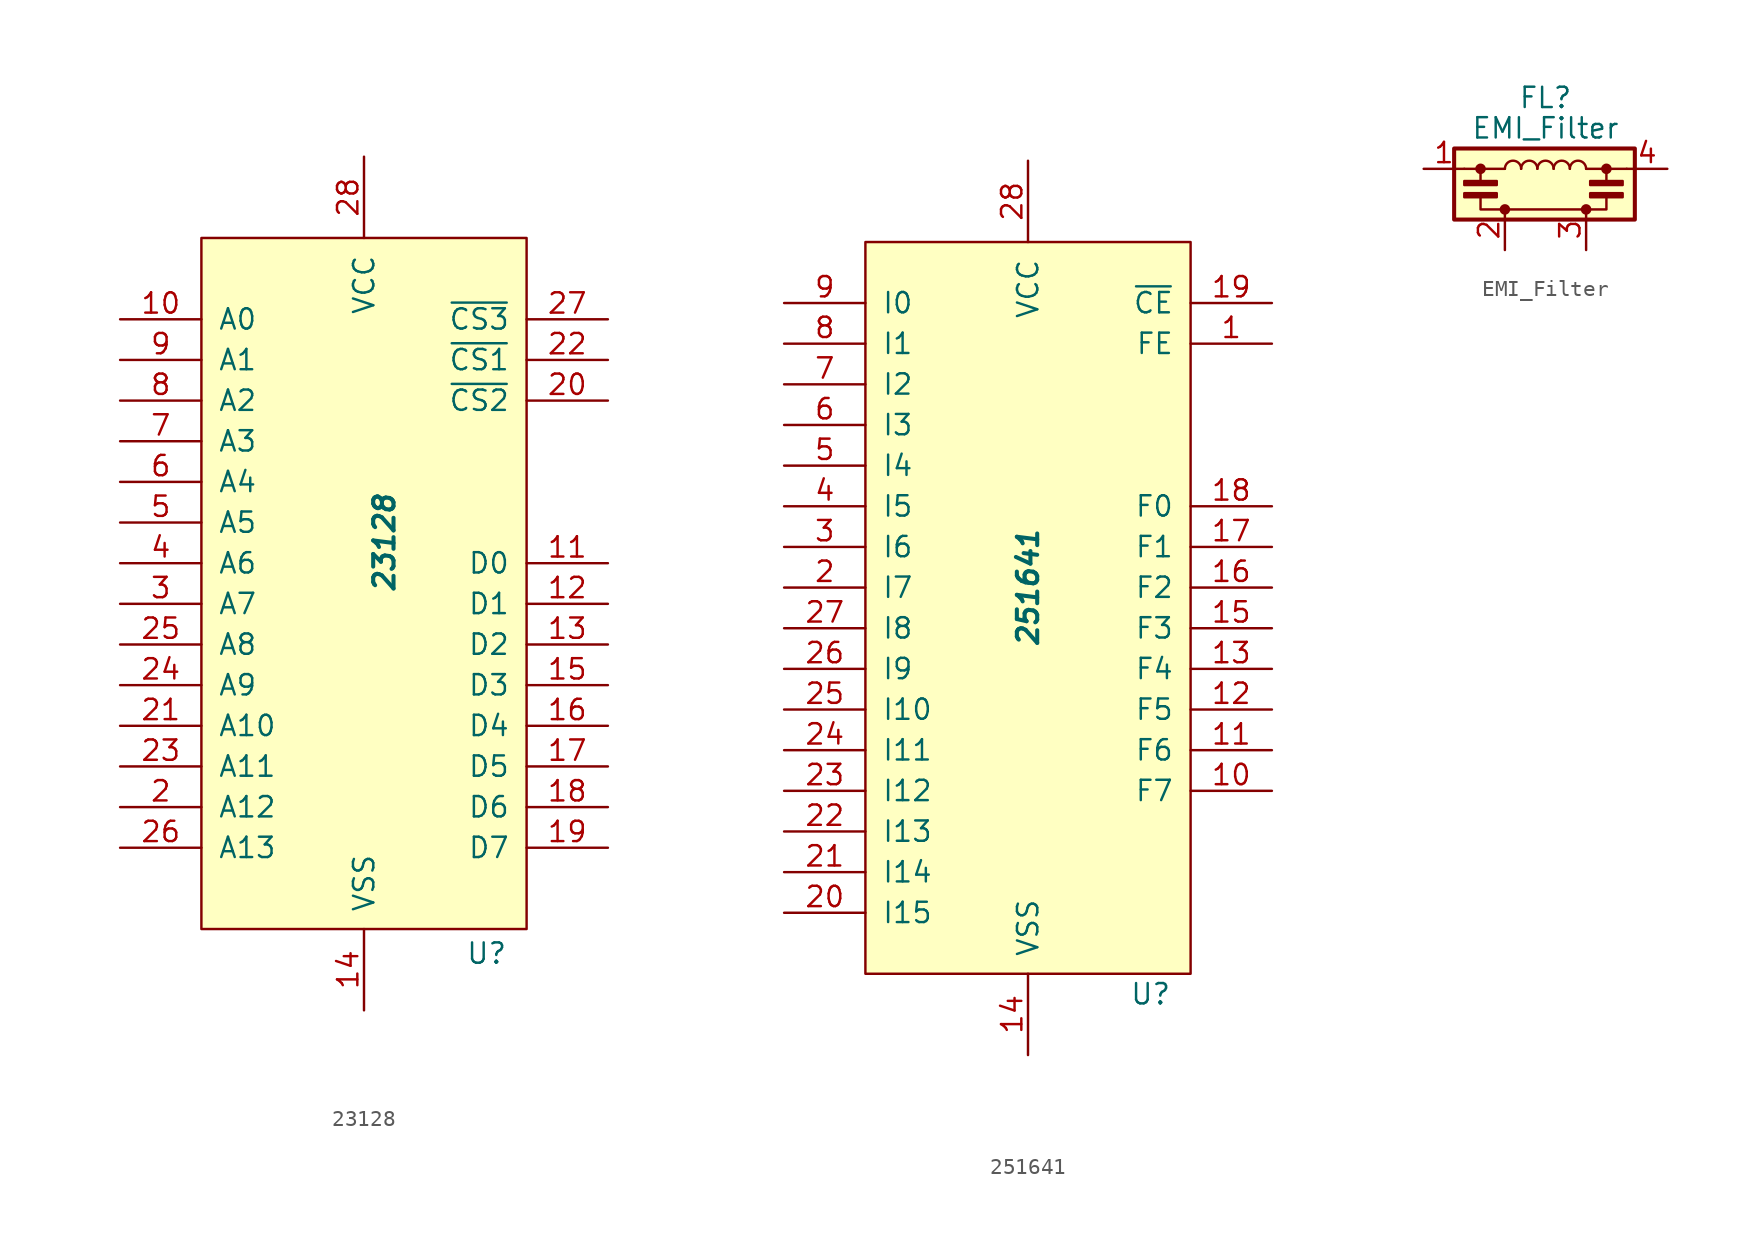
<source format=kicad_sym>
(kicad_symbol_lib
  (version 20231120)
  (generator "kicad_symbol_editor")
  (generator_version "8.0")
  (symbol "23128"
    (pin_names
      (offset 1.016))
    (property "Reference" "U"
      (at 5.08 -25.654 0)
      (effects (font (size 1.27 1.27)) (justify left)))
    (property "Value" "23128"
      (at 0 0 90)
      (effects (font (size 1.27 1.27) (bold yes) (italic yes))))
    (symbol "23128_0_1"
      (rectangle (start -11.43 19.05) (end 8.89 -24.13) (stroke (width 0) (type solid)) (fill (type background))))
    (symbol "23128_1_1"
      (pin tri_state line (at -16.51 13.97 0) (length 5.08) (name "A0" (effects (font (size 1.27 1.27)))) (number "10" (effects (font (size 1.27 1.27)))))
      (pin bidirectional line (at 13.97 -1.27 180) (length 5.08) (name "D0" (effects (font (size 1.27 1.27)))) (number "11" (effects (font (size 1.27 1.27)))))
      (pin bidirectional line (at 13.97 -3.81 180) (length 5.08) (name "D1" (effects (font (size 1.27 1.27)))) (number "12" (effects (font (size 1.27 1.27)))))
      (pin bidirectional line (at 13.97 -6.35 180) (length 5.08) (name "D2" (effects (font (size 1.27 1.27)))) (number "13" (effects (font (size 1.27 1.27)))))
      (pin power_in line (at -1.27 -29.21 90) (length 5.08) (name "VSS" (effects (font (size 1.27 1.27)))) (number "14" (effects (font (size 1.27 1.27)))))
      (pin bidirectional line (at 13.97 -8.89 180) (length 5.08) (name "D3" (effects (font (size 1.27 1.27)))) (number "15" (effects (font (size 1.27 1.27)))))
      (pin bidirectional line (at 13.97 -11.43 180) (length 5.08) (name "D4" (effects (font (size 1.27 1.27)))) (number "16" (effects (font (size 1.27 1.27)))))
      (pin bidirectional line (at 13.97 -13.97 180) (length 5.08) (name "D5" (effects (font (size 1.27 1.27)))) (number "17" (effects (font (size 1.27 1.27)))))
      (pin bidirectional line (at 13.97 -16.51 180) (length 5.08) (name "D6" (effects (font (size 1.27 1.27)))) (number "18" (effects (font (size 1.27 1.27)))))
      (pin bidirectional line (at 13.97 -19.05 180) (length 5.08) (name "D7" (effects (font (size 1.27 1.27)))) (number "19" (effects (font (size 1.27 1.27)))))
      (pin tri_state line (at -16.51 -16.51 0) (length 5.08) (name "A12" (effects (font (size 1.27 1.27)))) (number "2" (effects (font (size 1.27 1.27)))))
      (pin input line (at 13.97 8.89 180) (length 5.08) (name "~{CS2}" (effects (font (size 1.27 1.27)))) (number "20" (effects (font (size 1.27 1.27)))))
      (pin tri_state line (at -16.51 -11.43 0) (length 5.08) (name "A10" (effects (font (size 1.27 1.27)))) (number "21" (effects (font (size 1.27 1.27)))))
      (pin input line (at 13.97 11.43 180) (length 5.08) (name "~{CS1}" (effects (font (size 1.27 1.27)))) (number "22" (effects (font (size 1.27 1.27)))))
      (pin tri_state line (at -16.51 -13.97 0) (length 5.08) (name "A11" (effects (font (size 1.27 1.27)))) (number "23" (effects (font (size 1.27 1.27)))))
      (pin tri_state line (at -16.51 -8.89 0) (length 5.08) (name "A9" (effects (font (size 1.27 1.27)))) (number "24" (effects (font (size 1.27 1.27)))))
      (pin tri_state line (at -16.51 -6.35 0) (length 5.08) (name "A8" (effects (font (size 1.27 1.27)))) (number "25" (effects (font (size 1.27 1.27)))))
      (pin tri_state line (at -16.51 -19.05 0) (length 5.08) (name "A13" (effects (font (size 1.27 1.27)))) (number "26" (effects (font (size 1.27 1.27)))))
      (pin input line (at 13.97 13.97 180) (length 5.08) (name "~{CS3}" (effects (font (size 1.27 1.27)))) (number "27" (effects (font (size 1.27 1.27)))))
      (pin power_in line (at -1.27 24.13 270) (length 5.08) (name "VCC" (effects (font (size 1.27 1.27)))) (number "28" (effects (font (size 1.27 1.27)))))
      (pin tri_state line (at -16.51 -3.81 0) (length 5.08) (name "A7" (effects (font (size 1.27 1.27)))) (number "3" (effects (font (size 1.27 1.27)))))
      (pin tri_state line (at -16.51 -1.27 0) (length 5.08) (name "A6" (effects (font (size 1.27 1.27)))) (number "4" (effects (font (size 1.27 1.27)))))
      (pin tri_state line (at -16.51 1.27 0) (length 5.08) (name "A5" (effects (font (size 1.27 1.27)))) (number "5" (effects (font (size 1.27 1.27)))))
      (pin tri_state line (at -16.51 3.81 0) (length 5.08) (name "A4" (effects (font (size 1.27 1.27)))) (number "6" (effects (font (size 1.27 1.27)))))
      (pin tri_state line (at -16.51 6.35 0) (length 5.08) (name "A3" (effects (font (size 1.27 1.27)))) (number "7" (effects (font (size 1.27 1.27)))))
      (pin tri_state line (at -16.51 8.89 0) (length 5.08) (name "A2" (effects (font (size 1.27 1.27)))) (number "8" (effects (font (size 1.27 1.27)))))
      (pin tri_state line (at -16.51 11.43 0) (length 5.08) (name "A1" (effects (font (size 1.27 1.27)))) (number "9" (effects (font (size 1.27 1.27)))))))
  (symbol "251641"
    (pin_names
      (offset 1.016))
    (property "Reference" "U"
      (at 6.35 -26.67 0)
      (effects (font (size 1.27 1.27)) (justify left)))
    (property "Value" "251641"
      (at 0 -1.27 90)
      (effects (font (size 1.27 1.27) (bold yes) (italic yes))))
    (symbol "251641_0_1"
      (rectangle (start -10.16 20.32) (end 10.16 -25.4) (stroke (width 0) (type solid)) (fill (type background))))
    (symbol "251641_1_1"
      (pin output line (at 15.24 13.97 180) (length 5.08) (name "FE" (effects (font (size 1.27 1.27)))) (number "1" (effects (font (size 1.27 1.27)))))
      (pin output line (at 15.24 -13.97 180) (length 5.08) (name "F7" (effects (font (size 1.27 1.27)))) (number "10" (effects (font (size 1.27 1.27)))))
      (pin output line (at 15.24 -11.43 180) (length 5.08) (name "F6" (effects (font (size 1.27 1.27)))) (number "11" (effects (font (size 1.27 1.27)))))
      (pin output line (at 15.24 -8.89 180) (length 5.08) (name "F5" (effects (font (size 1.27 1.27)))) (number "12" (effects (font (size 1.27 1.27)))))
      (pin output line (at 15.24 -6.35 180) (length 5.08) (name "F4" (effects (font (size 1.27 1.27)))) (number "13" (effects (font (size 1.27 1.27)))))
      (pin power_in line (at 0 -30.48 90) (length 5.08) (name "VSS" (effects (font (size 1.27 1.27)))) (number "14" (effects (font (size 1.27 1.27)))))
      (pin output line (at 15.24 -3.81 180) (length 5.08) (name "F3" (effects (font (size 1.27 1.27)))) (number "15" (effects (font (size 1.27 1.27)))))
      (pin output line (at 15.24 -1.27 180) (length 5.08) (name "F2" (effects (font (size 1.27 1.27)))) (number "16" (effects (font (size 1.27 1.27)))))
      (pin output line (at 15.24 1.27 180) (length 5.08) (name "F1" (effects (font (size 1.27 1.27)))) (number "17" (effects (font (size 1.27 1.27)))))
      (pin output line (at 15.24 3.81 180) (length 5.08) (name "F0" (effects (font (size 1.27 1.27)))) (number "18" (effects (font (size 1.27 1.27)))))
      (pin input line (at 15.24 16.51 180) (length 5.08) (name "~{CE}" (effects (font (size 1.27 1.27)))) (number "19" (effects (font (size 1.27 1.27)))))
      (pin bidirectional line (at -15.24 -1.27 0) (length 5.08) (name "I7" (effects (font (size 1.27 1.27)))) (number "2" (effects (font (size 1.27 1.27)))))
      (pin bidirectional line (at -15.24 -21.59 0) (length 5.08) (name "I15" (effects (font (size 1.27 1.27)))) (number "20" (effects (font (size 1.27 1.27)))))
      (pin bidirectional line (at -15.24 -19.05 0) (length 5.08) (name "I14" (effects (font (size 1.27 1.27)))) (number "21" (effects (font (size 1.27 1.27)))))
      (pin bidirectional line (at -15.24 -16.51 0) (length 5.08) (name "I13" (effects (font (size 1.27 1.27)))) (number "22" (effects (font (size 1.27 1.27)))))
      (pin bidirectional line (at -15.24 -13.97 0) (length 5.08) (name "I12" (effects (font (size 1.27 1.27)))) (number "23" (effects (font (size 1.27 1.27)))))
      (pin bidirectional line (at -15.24 -11.43 0) (length 5.08) (name "I11" (effects (font (size 1.27 1.27)))) (number "24" (effects (font (size 1.27 1.27)))))
      (pin bidirectional line (at -15.24 -8.89 0) (length 5.08) (name "I10" (effects (font (size 1.27 1.27)))) (number "25" (effects (font (size 1.27 1.27)))))
      (pin bidirectional line (at -15.24 -6.35 0) (length 5.08) (name "I9" (effects (font (size 1.27 1.27)))) (number "26" (effects (font (size 1.27 1.27)))))
      (pin bidirectional line (at -15.24 -3.81 0) (length 5.08) (name "I8" (effects (font (size 1.27 1.27)))) (number "27" (effects (font (size 1.27 1.27)))))
      (pin power_in line (at 0 25.4 270) (length 5.08) (name "VCC" (effects (font (size 1.27 1.27)))) (number "28" (effects (font (size 1.27 1.27)))))
      (pin bidirectional line (at -15.24 1.27 0) (length 5.08) (name "I6" (effects (font (size 1.27 1.27)))) (number "3" (effects (font (size 1.27 1.27)))))
      (pin bidirectional line (at -15.24 3.81 0) (length 5.08) (name "I5" (effects (font (size 1.27 1.27)))) (number "4" (effects (font (size 1.27 1.27)))))
      (pin bidirectional line (at -15.24 6.35 0) (length 5.08) (name "I4" (effects (font (size 1.27 1.27)))) (number "5" (effects (font (size 1.27 1.27)))))
      (pin bidirectional line (at -15.24 8.89 0) (length 5.08) (name "I3" (effects (font (size 1.27 1.27)))) (number "6" (effects (font (size 1.27 1.27)))))
      (pin bidirectional line (at -15.24 11.43 0) (length 5.08) (name "I2" (effects (font (size 1.27 1.27)))) (number "7" (effects (font (size 1.27 1.27)))))
      (pin bidirectional line (at -15.24 13.97 0) (length 5.08) (name "I1" (effects (font (size 1.27 1.27)))) (number "8" (effects (font (size 1.27 1.27)))))
      (pin bidirectional line (at -15.24 16.51 0) (length 5.08) (name "I0" (effects (font (size 1.27 1.27)))) (number "9" (effects (font (size 1.27 1.27)))))))
  (symbol "EMI_Filter"
    (pin_names
      (offset 0.254) hide)
    (property "Reference" "FL"
      (at 0 6.985 0)
      (effects (font (size 1.27 1.27))))
    (property "Value" "EMI_Filter"
      (at 0 5.08 0)
      (effects (font (size 1.27 1.27))))
    (symbol "EMI_Filter_0_1"
      (rectangle (start -5.715 3.81) (end 5.588 -0.635) (stroke (width 0.254) (type solid)) (fill (type background)))
      (rectangle (start -5.08 0.762) (end -3.048 1.016) (stroke (width 0) (type solid)) (fill (type outline)))
      (circle (center -4.064 2.54) (radius 0.254) (stroke (width 0) (type solid)) (fill (type outline)))
      (rectangle (start -3.048 1.524) (end -5.08 1.778) (stroke (width 0) (type solid)) (fill (type outline)))
      (circle (center -2.54 0) (radius 0.254) (stroke (width 0) (type solid)) (fill (type outline)))
      (arc (start -1.524 2.54) (mid -2.032 3.048) (end -2.54 2.54) (stroke (width 0) (type solid)) (fill (type none)))
      (arc (start -0.508 2.54) (mid -1.016 3.048) (end -1.524 2.54) (stroke (width 0) (type solid)) (fill (type none)))
      (polyline (pts (xy -5.08 2.54) (xy -2.54 2.54)) (stroke (width 0) (type solid)) (fill (type none)))
      (polyline (pts (xy -4.064 2.54) (xy -4.064 1.778)) (stroke (width 0) (type solid)) (fill (type none)))
      (polyline (pts (xy 2.54 2.54) (xy 5.08 2.54)) (stroke (width 0) (type solid)) (fill (type none)))
      (polyline (pts (xy 3.81 2.54) (xy 3.81 1.778)) (stroke (width 0) (type solid)) (fill (type none)))
      (polyline (pts (xy -4.064 0.762) (xy -4.064 0) (xy 3.81 0) (xy 3.81 0.762)) (stroke (width 0) (type solid)) (fill (type none)))
      (arc (start 0.508 2.54) (mid 0 3.048) (end -0.508 2.54) (stroke (width 0) (type solid)) (fill (type none)))
      (arc (start 1.524 2.54) (mid 1.016 3.048) (end 0.508 2.54) (stroke (width 0) (type solid)) (fill (type none)))
      (arc (start 2.54 2.54) (mid 2.032 3.048) (end 1.524 2.54) (stroke (width 0) (type solid)) (fill (type none)))
      (rectangle (start 2.794 0.762) (end 4.826 1.016) (stroke (width 0) (type solid)) (fill (type outline)))
      (circle (center 3.81 2.54) (radius 0.254) (stroke (width 0) (type solid)) (fill (type outline)))
      (rectangle (start 4.826 1.524) (end 2.794 1.778) (stroke (width 0) (type solid)) (fill (type outline))))
    (symbol "EMI_Filter_1_1"
      (circle (center 2.54 0) (radius 0.254) (stroke (width 0) (type solid)) (fill (type outline)))
      (pin passive line (at -7.62 2.54 0) (length 2.54) (name "1" (effects (font (size 1.27 1.27)))) (number "1" (effects (font (size 1.27 1.27)))))
      (pin passive line (at -2.54 -2.54 90) (length 2.54) (name "2" (effects (font (size 1.27 1.27)))) (number "2" (effects (font (size 1.27 1.27)))))
      (pin passive line (at 2.54 -2.54 90) (length 2.54) (name "3" (effects (font (size 1.27 1.27)))) (number "3" (effects (font (size 1.27 1.27)))))
      (pin passive line (at 7.62 2.54 180) (length 2.54) (name "4" (effects (font (size 1.27 1.27)))) (number "4" (effects (font (size 1.27 1.27))))))))
</source>
